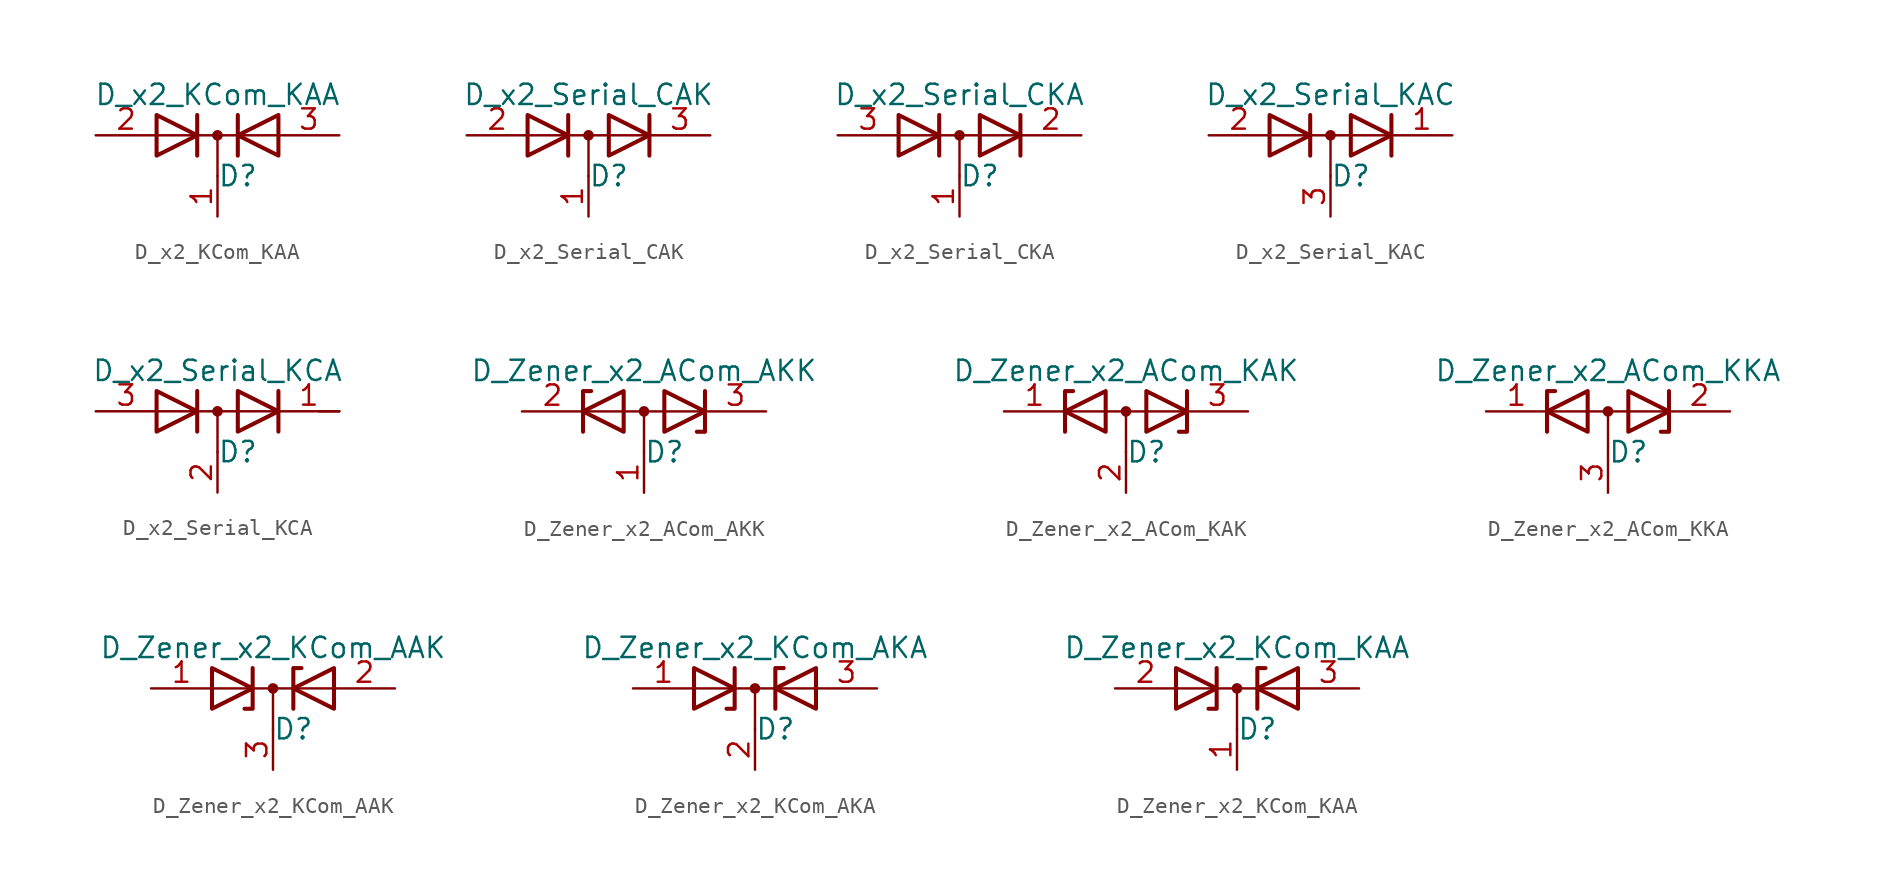
<source format=kicad_sym>
(kicad_symbol_lib
  (version 20211014)
  (generator kicad_symbol_editor)
  (symbol "D_x2_KCom_KAA"
    (pin_names
      (offset 0.762) hide)
    (property "Reference" "D"
      (at 1.27 -2.54 0)
      (effects (font (size 1.27 1.27))))
    (property "Value" "D_x2_KCom_KAA"
      (at 0 2.54 0)
      (effects (font (size 1.27 1.27))))
    (symbol "D_x2_KCom_KAA_0_1"
      (polyline (pts (xy -3.81 0) (xy 3.81 0)) (stroke (width 0) (type default) (color 0 0 0 0)) (fill (type none)))
      (polyline (pts (xy 0 0) (xy 0 -2.54)) (stroke (width 0) (type default) (color 0 0 0 0)) (fill (type none)))
      (polyline (pts (xy -1.27 -1.27) (xy -1.27 1.27) (xy -1.27 1.27)) (stroke (width 0.254) (type default) (color 0 0 0 0)) (fill (type none)))
      (polyline (pts (xy 1.27 -1.27) (xy 1.27 1.27) (xy 1.27 1.27)) (stroke (width 0.254) (type default) (color 0 0 0 0)) (fill (type none)))
      (polyline (pts (xy -3.81 1.27) (xy -1.27 0) (xy -3.81 -1.27) (xy -3.81 1.27) (xy -3.81 1.27) (xy -3.81 1.27)) (stroke (width 0.254) (type default) (color 0 0 0 0)) (fill (type none)))
      (polyline (pts (xy 3.81 -1.27) (xy 1.27 0) (xy 3.81 1.27) (xy 3.81 -1.27) (xy 3.81 -1.27) (xy 3.81 -1.27)) (stroke (width 0.254) (type default) (color 0 0 0 0)) (fill (type none)))
      (circle (center 0 0) (radius 0.254) (stroke (width 0) (type default) (color 0 0 0 0)) (fill (type outline)))
      (pin passive line (at 0 -5.08 90) (length 2.54) (name "K" (effects (font (size 1.27 1.27)))) (number "1" (effects (font (size 1.27 1.27)))))
      (pin passive line (at -7.62 0 0) (length 3.81) (name "A" (effects (font (size 1.27 1.27)))) (number "2" (effects (font (size 1.27 1.27)))))
      (pin passive line (at 7.62 0 180) (length 3.81) (name "A" (effects (font (size 1.27 1.27)))) (number "3" (effects (font (size 1.27 1.27)))))))
  (symbol "D_x2_Serial_CAK"
    (pin_names
      (offset 0.762) hide)
    (property "Reference" "D"
      (at 1.27 -2.54 0)
      (effects (font (size 1.27 1.27))))
    (property "Value" "D_x2_Serial_CAK"
      (at 0 2.54 0)
      (effects (font (size 1.27 1.27))))
    (symbol "D_x2_Serial_CAK_0_1"
      (polyline (pts (xy 0 0) (xy 0 -2.54)) (stroke (width 0) (type default) (color 0 0 0 0)) (fill (type none)))
      (polyline (pts (xy 3.81 0) (xy -3.81 0)) (stroke (width 0) (type default) (color 0 0 0 0)) (fill (type none)))
      (polyline (pts (xy -1.27 -1.27) (xy -1.27 1.27) (xy -1.27 1.27)) (stroke (width 0.254) (type default) (color 0 0 0 0)) (fill (type none)))
      (polyline (pts (xy 3.81 1.27) (xy 3.81 -1.27) (xy 3.81 -1.27)) (stroke (width 0.254) (type default) (color 0 0 0 0)) (fill (type none)))
      (polyline (pts (xy -3.81 1.27) (xy -1.27 0) (xy -3.81 -1.27) (xy -3.81 1.27) (xy -3.81 1.27) (xy -3.81 1.27)) (stroke (width 0.254) (type default) (color 0 0 0 0)) (fill (type none)))
      (polyline (pts (xy 1.27 1.27) (xy 3.81 0) (xy 1.27 -1.27) (xy 1.27 1.27) (xy 1.27 1.27) (xy 1.27 1.27)) (stroke (width 0.254) (type default) (color 0 0 0 0)) (fill (type none)))
      (circle (center 0 0) (radius 0.254) (stroke (width 0) (type default) (color 0 0 0 0)) (fill (type outline)))
      (pin passive line (at 0 -5.08 90) (length 2.54) (name "common" (effects (font (size 1.27 1.27)))) (number "1" (effects (font (size 1.27 1.27)))))
      (pin passive line (at -7.62 0 0) (length 3.81) (name "A" (effects (font (size 1.27 1.27)))) (number "2" (effects (font (size 1.27 1.27)))))
      (pin passive line (at 7.62 0 180) (length 3.81) (name "K" (effects (font (size 1.27 1.27)))) (number "3" (effects (font (size 1.27 1.27)))))))
  (symbol "D_x2_Serial_CKA"
    (pin_names
      (offset 0.762) hide)
    (property "Reference" "D"
      (at 1.27 -2.54 0)
      (effects (font (size 1.27 1.27))))
    (property "Value" "D_x2_Serial_CKA"
      (at 0 2.54 0)
      (effects (font (size 1.27 1.27))))
    (symbol "D_x2_Serial_CKA_0_1"
      (polyline (pts (xy -3.81 0) (xy 3.81 0)) (stroke (width 0) (type default) (color 0 0 0 0)) (fill (type none)))
      (polyline (pts (xy 0 0) (xy 0 -2.54)) (stroke (width 0) (type default) (color 0 0 0 0)) (fill (type none)))
      (polyline (pts (xy -1.27 -1.27) (xy -1.27 1.27) (xy -1.27 1.27)) (stroke (width 0.254) (type default) (color 0 0 0 0)) (fill (type none)))
      (polyline (pts (xy 3.81 1.27) (xy 3.81 -1.27) (xy 3.81 -1.27)) (stroke (width 0.254) (type default) (color 0 0 0 0)) (fill (type none)))
      (polyline (pts (xy -3.81 1.27) (xy -1.27 0) (xy -3.81 -1.27) (xy -3.81 1.27) (xy -3.81 1.27) (xy -3.81 1.27)) (stroke (width 0.254) (type default) (color 0 0 0 0)) (fill (type none)))
      (polyline (pts (xy 1.27 1.27) (xy 3.81 0) (xy 1.27 -1.27) (xy 1.27 1.27) (xy 1.27 1.27) (xy 1.27 1.27)) (stroke (width 0.254) (type default) (color 0 0 0 0)) (fill (type none)))
      (circle (center 0 0) (radius 0.254) (stroke (width 0) (type default) (color 0 0 0 0)) (fill (type outline)))
      (pin passive line (at 0 -5.08 90) (length 2.54) (name "common" (effects (font (size 1.27 1.27)))) (number "1" (effects (font (size 1.27 1.27)))))
      (pin passive line (at 7.62 0 180) (length 3.81) (name "K" (effects (font (size 1.27 1.27)))) (number "2" (effects (font (size 1.27 1.27)))))
      (pin passive line (at -7.62 0 0) (length 3.81) (name "A" (effects (font (size 1.27 1.27)))) (number "3" (effects (font (size 1.27 1.27)))))))
  (symbol "D_x2_Serial_KAC"
    (pin_names
      (offset 0.762) hide)
    (property "Reference" "D"
      (at 1.27 -2.54 0)
      (effects (font (size 1.27 1.27))))
    (property "Value" "D_x2_Serial_KAC"
      (at 0 2.54 0)
      (effects (font (size 1.27 1.27))))
    (symbol "D_x2_Serial_KAC_0_1"
      (polyline (pts (xy 0 0) (xy 0 -2.54)) (stroke (width 0) (type default) (color 0 0 0 0)) (fill (type none)))
      (polyline (pts (xy 3.81 0) (xy -3.81 0)) (stroke (width 0) (type default) (color 0 0 0 0)) (fill (type none)))
      (polyline (pts (xy -1.27 -1.27) (xy -1.27 1.27) (xy -1.27 1.27)) (stroke (width 0.254) (type default) (color 0 0 0 0)) (fill (type none)))
      (polyline (pts (xy 3.81 1.27) (xy 3.81 -1.27) (xy 3.81 -1.27)) (stroke (width 0.254) (type default) (color 0 0 0 0)) (fill (type none)))
      (polyline (pts (xy -3.81 1.27) (xy -1.27 0) (xy -3.81 -1.27) (xy -3.81 1.27) (xy -3.81 1.27) (xy -3.81 1.27)) (stroke (width 0.254) (type default) (color 0 0 0 0)) (fill (type none)))
      (polyline (pts (xy 1.27 1.27) (xy 3.81 0) (xy 1.27 -1.27) (xy 1.27 1.27) (xy 1.27 1.27) (xy 1.27 1.27)) (stroke (width 0.254) (type default) (color 0 0 0 0)) (fill (type none)))
      (circle (center 0 0) (radius 0.254) (stroke (width 0) (type default) (color 0 0 0 0)) (fill (type outline)))
      (pin passive line (at 7.62 0 180) (length 3.81) (name "K" (effects (font (size 1.27 1.27)))) (number "1" (effects (font (size 1.27 1.27)))))
      (pin passive line (at -7.62 0 0) (length 3.81) (name "A" (effects (font (size 1.27 1.27)))) (number "2" (effects (font (size 1.27 1.27)))))
      (pin passive line (at 0 -5.08 90) (length 2.54) (name "common" (effects (font (size 1.27 1.27)))) (number "3" (effects (font (size 1.27 1.27)))))))
  (symbol "D_x2_Serial_KCA"
    (pin_names
      (offset 0.762) hide)
    (property "Reference" "D"
      (at 1.27 -2.54 0)
      (effects (font (size 1.27 1.27))))
    (property "Value" "D_x2_Serial_KCA"
      (at 0 2.54 0)
      (effects (font (size 1.27 1.27))))
    (symbol "D_x2_Serial_KCA_0_1"
      (polyline (pts (xy 0 0) (xy 0 -2.54)) (stroke (width 0) (type default) (color 0 0 0 0)) (fill (type none)))
      (polyline (pts (xy 3.81 0) (xy -3.81 0)) (stroke (width 0) (type default) (color 0 0 0 0)) (fill (type none)))
      (polyline (pts (xy 6.35 0) (xy 7.62 0)) (stroke (width 0) (type default) (color 0 0 0 0)) (fill (type none)))
      (polyline (pts (xy -1.27 -1.27) (xy -1.27 1.27) (xy -1.27 1.27)) (stroke (width 0.254) (type default) (color 0 0 0 0)) (fill (type none)))
      (polyline (pts (xy 3.81 1.27) (xy 3.81 -1.27) (xy 3.81 -1.27)) (stroke (width 0.254) (type default) (color 0 0 0 0)) (fill (type none)))
      (polyline (pts (xy -3.81 1.27) (xy -1.27 0) (xy -3.81 -1.27) (xy -3.81 1.27) (xy -3.81 1.27) (xy -3.81 1.27)) (stroke (width 0.254) (type default) (color 0 0 0 0)) (fill (type none)))
      (polyline (pts (xy 1.27 1.27) (xy 3.81 0) (xy 1.27 -1.27) (xy 1.27 1.27) (xy 1.27 1.27) (xy 1.27 1.27)) (stroke (width 0.254) (type default) (color 0 0 0 0)) (fill (type none)))
      (circle (center 0 0) (radius 0.254) (stroke (width 0) (type default) (color 0 0 0 0)) (fill (type outline)))
      (pin passive line (at 7.62 0 180) (length 3.81) (name "K" (effects (font (size 1.27 1.27)))) (number "1" (effects (font (size 1.27 1.27)))))
      (pin passive line (at 0 -5.08 90) (length 2.54) (name "common" (effects (font (size 1.27 1.27)))) (number "2" (effects (font (size 1.27 1.27)))))
      (pin passive line (at -7.62 0 0) (length 3.81) (name "A" (effects (font (size 1.27 1.27)))) (number "3" (effects (font (size 1.27 1.27)))))))
  (symbol "D_Zener_x2_ACom_AKK"
    (pin_names
      (offset 0.762) hide)
    (property "Reference" "D"
      (at 1.27 -2.54 0)
      (effects (font (size 1.27 1.27))))
    (property "Value" "D_Zener_x2_ACom_AKK"
      (at 0 2.54 0)
      (effects (font (size 1.27 1.27))))
    (symbol "D_Zener_x2_ACom_AKK_0_1"
      (polyline (pts (xy -3.556 0) (xy 3.81 0)) (stroke (width 0) (type default) (color 0 0 0 0)) (fill (type none)))
      (polyline (pts (xy 0 0) (xy 0 -2.54)) (stroke (width 0) (type default) (color 0 0 0 0)) (fill (type none)))
      (polyline (pts (xy -3.81 -1.27) (xy -3.81 1.27) (xy -3.302 1.27)) (stroke (width 0.254) (type default) (color 0 0 0 0)) (fill (type none)))
      (polyline (pts (xy 3.81 1.27) (xy 3.81 -1.27) (xy 3.302 -1.27)) (stroke (width 0.254) (type default) (color 0 0 0 0)) (fill (type none)))
      (polyline (pts (xy -1.27 -1.27) (xy -3.81 0) (xy -1.27 1.27) (xy -1.27 -1.27) (xy -1.27 -1.27) (xy -1.27 -1.27)) (stroke (width 0.254) (type default) (color 0 0 0 0)) (fill (type none)))
      (polyline (pts (xy 1.27 1.27) (xy 3.81 0) (xy 1.27 -1.27) (xy 1.27 1.27) (xy 1.27 1.27) (xy 1.27 1.27)) (stroke (width 0.254) (type default) (color 0 0 0 0)) (fill (type none)))
      (circle (center 0 0) (radius 0.254) (stroke (width 0) (type default) (color 0 0 0 0)) (fill (type outline)))
      (pin passive line (at 0 -5.08 90) (length 2.54) (name "A" (effects (font (size 1.27 1.27)))) (number "1" (effects (font (size 1.27 1.27)))))
      (pin passive line (at -7.62 0 0) (length 3.81) (name "K" (effects (font (size 1.27 1.27)))) (number "2" (effects (font (size 1.27 1.27)))))
      (pin passive line (at 7.62 0 180) (length 3.81) (name "K" (effects (font (size 1.27 1.27)))) (number "3" (effects (font (size 1.27 1.27)))))))
  (symbol "D_Zener_x2_ACom_KAK"
    (pin_names
      (offset 0.762) hide)
    (property "Reference" "D"
      (at 1.27 -2.54 0)
      (effects (font (size 1.27 1.27))))
    (property "Value" "D_Zener_x2_ACom_KAK"
      (at 0 2.54 0)
      (effects (font (size 1.27 1.27))))
    (symbol "D_Zener_x2_ACom_KAK_0_1"
      (polyline (pts (xy -3.556 0) (xy 3.81 0)) (stroke (width 0) (type default) (color 0 0 0 0)) (fill (type none)))
      (polyline (pts (xy 0 0) (xy 0 -2.54)) (stroke (width 0) (type default) (color 0 0 0 0)) (fill (type none)))
      (polyline (pts (xy -3.81 -1.27) (xy -3.81 1.27) (xy -3.302 1.27)) (stroke (width 0.254) (type default) (color 0 0 0 0)) (fill (type none)))
      (polyline (pts (xy 3.302 -1.27) (xy 3.81 -1.27) (xy 3.81 1.27)) (stroke (width 0.254) (type default) (color 0 0 0 0)) (fill (type none)))
      (polyline (pts (xy -1.27 -1.27) (xy -3.81 0) (xy -1.27 1.27) (xy -1.27 -1.27) (xy -1.27 -1.27) (xy -1.27 -1.27)) (stroke (width 0.254) (type default) (color 0 0 0 0)) (fill (type none)))
      (polyline (pts (xy 1.27 1.27) (xy 3.81 0) (xy 1.27 -1.27) (xy 1.27 1.27) (xy 1.27 1.27) (xy 1.27 1.27)) (stroke (width 0.254) (type default) (color 0 0 0 0)) (fill (type none)))
      (circle (center 0 0) (radius 0.254) (stroke (width 0) (type default) (color 0 0 0 0)) (fill (type outline)))
      (pin passive line (at -7.62 0 0) (length 3.81) (name "K" (effects (font (size 1.27 1.27)))) (number "1" (effects (font (size 1.27 1.27)))))
      (pin passive line (at 0 -5.08 90) (length 2.54) (name "A" (effects (font (size 1.27 1.27)))) (number "2" (effects (font (size 1.27 1.27)))))
      (pin passive line (at 7.62 0 180) (length 3.81) (name "K" (effects (font (size 1.27 1.27)))) (number "3" (effects (font (size 1.27 1.27)))))))
  (symbol "D_Zener_x2_ACom_KKA"
    (pin_names
      (offset 0.762) hide)
    (property "Reference" "D"
      (at 1.27 -2.54 0)
      (effects (font (size 1.27 1.27))))
    (property "Value" "D_Zener_x2_ACom_KKA"
      (at 0 2.54 0)
      (effects (font (size 1.27 1.27))))
    (symbol "D_Zener_x2_ACom_KKA_0_1"
      (polyline (pts (xy -3.556 0) (xy 3.81 0)) (stroke (width 0) (type default) (color 0 0 0 0)) (fill (type none)))
      (polyline (pts (xy 0 0) (xy 0 -2.54)) (stroke (width 0) (type default) (color 0 0 0 0)) (fill (type none)))
      (polyline (pts (xy -3.81 -1.27) (xy -3.81 1.27) (xy -3.302 1.27)) (stroke (width 0.254) (type default) (color 0 0 0 0)) (fill (type none)))
      (polyline (pts (xy 3.302 -1.27) (xy 3.81 -1.27) (xy 3.81 1.27)) (stroke (width 0.254) (type default) (color 0 0 0 0)) (fill (type none)))
      (polyline (pts (xy -1.27 -1.27) (xy -3.81 0) (xy -1.27 1.27) (xy -1.27 -1.27) (xy -1.27 -1.27) (xy -1.27 -1.27)) (stroke (width 0.254) (type default) (color 0 0 0 0)) (fill (type none)))
      (polyline (pts (xy 1.27 1.27) (xy 3.81 0) (xy 1.27 -1.27) (xy 1.27 1.27) (xy 1.27 1.27) (xy 1.27 1.27)) (stroke (width 0.254) (type default) (color 0 0 0 0)) (fill (type none)))
      (circle (center 0 0) (radius 0.254) (stroke (width 0) (type default) (color 0 0 0 0)) (fill (type outline)))
      (pin passive line (at -7.62 0 0) (length 3.81) (name "K" (effects (font (size 1.27 1.27)))) (number "1" (effects (font (size 1.27 1.27)))))
      (pin passive line (at 7.62 0 180) (length 3.81) (name "K" (effects (font (size 1.27 1.27)))) (number "2" (effects (font (size 1.27 1.27)))))
      (pin passive line (at 0 -5.08 90) (length 2.54) (name "A" (effects (font (size 1.27 1.27)))) (number "3" (effects (font (size 1.27 1.27)))))))
  (symbol "D_Zener_x2_KCom_AAK"
    (pin_names
      (offset 0.762) hide)
    (property "Reference" "D"
      (at 1.27 -2.54 0)
      (effects (font (size 1.27 1.27))))
    (property "Value" "D_Zener_x2_KCom_AAK"
      (at 0 2.54 0)
      (effects (font (size 1.27 1.27))))
    (symbol "D_Zener_x2_KCom_AAK_0_1"
      (polyline (pts (xy -3.81 0) (xy 3.81 0)) (stroke (width 0) (type default) (color 0 0 0 0)) (fill (type none)))
      (polyline (pts (xy 0 0) (xy 0 -2.54)) (stroke (width 0) (type default) (color 0 0 0 0)) (fill (type none)))
      (polyline (pts (xy -1.27 1.27) (xy -1.27 -1.27) (xy -1.778 -1.27)) (stroke (width 0.254) (type default) (color 0 0 0 0)) (fill (type none)))
      (polyline (pts (xy 1.27 -1.27) (xy 1.27 1.27) (xy 1.778 1.27)) (stroke (width 0.254) (type default) (color 0 0 0 0)) (fill (type none)))
      (polyline (pts (xy -3.81 1.27) (xy -1.27 0) (xy -3.81 -1.27) (xy -3.81 1.27) (xy -3.81 1.27) (xy -3.81 1.27)) (stroke (width 0.254) (type default) (color 0 0 0 0)) (fill (type none)))
      (polyline (pts (xy 3.81 -1.27) (xy 1.27 0) (xy 3.81 1.27) (xy 3.81 -1.27) (xy 3.81 -1.27) (xy 3.81 -1.27)) (stroke (width 0.254) (type default) (color 0 0 0 0)) (fill (type none)))
      (circle (center 0 0) (radius 0.254) (stroke (width 0) (type default) (color 0 0 0 0)) (fill (type outline)))
      (pin passive line (at -7.62 0 0) (length 3.81) (name "A" (effects (font (size 1.27 1.27)))) (number "1" (effects (font (size 1.27 1.27)))))
      (pin passive line (at 7.62 0 180) (length 3.81) (name "A" (effects (font (size 1.27 1.27)))) (number "2" (effects (font (size 1.27 1.27)))))
      (pin passive line (at 0 -5.08 90) (length 2.54) (name "K" (effects (font (size 1.27 1.27)))) (number "3" (effects (font (size 1.27 1.27)))))))
  (symbol "D_Zener_x2_KCom_AKA"
    (pin_names
      (offset 0.762) hide)
    (property "Reference" "D"
      (at 1.27 -2.54 0)
      (effects (font (size 1.27 1.27))))
    (property "Value" "D_Zener_x2_KCom_AKA"
      (at 0 2.54 0)
      (effects (font (size 1.27 1.27))))
    (symbol "D_Zener_x2_KCom_AKA_0_1"
      (polyline (pts (xy 0 0) (xy 0 -2.54)) (stroke (width 0) (type default) (color 0 0 0 0)) (fill (type none)))
      (polyline (pts (xy 1.778 1.27) (xy 1.778 1.27)) (stroke (width 0.254) (type default) (color 0 0 0 0)) (fill (type none)))
      (polyline (pts (xy 3.81 0) (xy -3.81 0)) (stroke (width 0) (type default) (color 0 0 0 0)) (fill (type none)))
      (polyline (pts (xy -1.778 -1.27) (xy -1.27 -1.27) (xy -1.27 1.27)) (stroke (width 0.254) (type default) (color 0 0 0 0)) (fill (type none)))
      (polyline (pts (xy 1.27 -1.27) (xy 1.27 1.27) (xy 1.778 1.27)) (stroke (width 0.254) (type default) (color 0 0 0 0)) (fill (type none)))
      (polyline (pts (xy -3.81 1.27) (xy -1.27 0) (xy -3.81 -1.27) (xy -3.81 1.27) (xy -3.81 1.27) (xy -3.81 1.27)) (stroke (width 0.254) (type default) (color 0 0 0 0)) (fill (type none)))
      (polyline (pts (xy 3.81 -1.27) (xy 1.27 0) (xy 3.81 1.27) (xy 3.81 -1.27) (xy 3.81 -1.27) (xy 3.81 -1.27)) (stroke (width 0.254) (type default) (color 0 0 0 0)) (fill (type none)))
      (circle (center 0 0) (radius 0.254) (stroke (width 0) (type default) (color 0 0 0 0)) (fill (type outline)))
      (pin passive line (at -7.62 0 0) (length 3.81) (name "A" (effects (font (size 1.27 1.27)))) (number "1" (effects (font (size 1.27 1.27)))))
      (pin passive line (at 0 -5.08 90) (length 2.54) (name "K" (effects (font (size 1.27 1.27)))) (number "2" (effects (font (size 1.27 1.27)))))
      (pin passive line (at 7.62 0 180) (length 3.81) (name "A" (effects (font (size 1.27 1.27)))) (number "3" (effects (font (size 1.27 1.27)))))))
  (symbol "D_Zener_x2_KCom_KAA"
    (pin_names
      (offset 0.762) hide)
    (property "Reference" "D"
      (at 1.27 -2.54 0)
      (effects (font (size 1.27 1.27))))
    (property "Value" "D_Zener_x2_KCom_KAA"
      (at 0 2.54 0)
      (effects (font (size 1.27 1.27))))
    (symbol "D_Zener_x2_KCom_KAA_0_1"
      (polyline (pts (xy -3.81 0) (xy 3.81 0)) (stroke (width 0) (type default) (color 0 0 0 0)) (fill (type none)))
      (polyline (pts (xy 0 0) (xy 0 -2.54)) (stroke (width 0) (type default) (color 0 0 0 0)) (fill (type none)))
      (polyline (pts (xy -1.27 1.27) (xy -1.27 -1.27) (xy -1.778 -1.27)) (stroke (width 0.254) (type default) (color 0 0 0 0)) (fill (type none)))
      (polyline (pts (xy 1.27 -1.27) (xy 1.27 1.27) (xy 1.778 1.27)) (stroke (width 0.254) (type default) (color 0 0 0 0)) (fill (type none)))
      (polyline (pts (xy -3.81 1.27) (xy -1.27 0) (xy -3.81 -1.27) (xy -3.81 1.27) (xy -3.81 1.27) (xy -3.81 1.27)) (stroke (width 0.254) (type default) (color 0 0 0 0)) (fill (type none)))
      (polyline (pts (xy 3.81 -1.27) (xy 1.27 0) (xy 3.81 1.27) (xy 3.81 -1.27) (xy 3.81 -1.27) (xy 3.81 -1.27)) (stroke (width 0.254) (type default) (color 0 0 0 0)) (fill (type none)))
      (circle (center 0 0) (radius 0.254) (stroke (width 0) (type default) (color 0 0 0 0)) (fill (type outline)))
      (pin passive line (at 0 -5.08 90) (length 2.54) (name "K" (effects (font (size 1.27 1.27)))) (number "1" (effects (font (size 1.27 1.27)))))
      (pin passive line (at -7.62 0 0) (length 3.81) (name "A" (effects (font (size 1.27 1.27)))) (number "2" (effects (font (size 1.27 1.27)))))
      (pin passive line (at 7.62 0 180) (length 3.81) (name "A" (effects (font (size 1.27 1.27)))) (number "3" (effects (font (size 1.27 1.27))))))))
</source>
